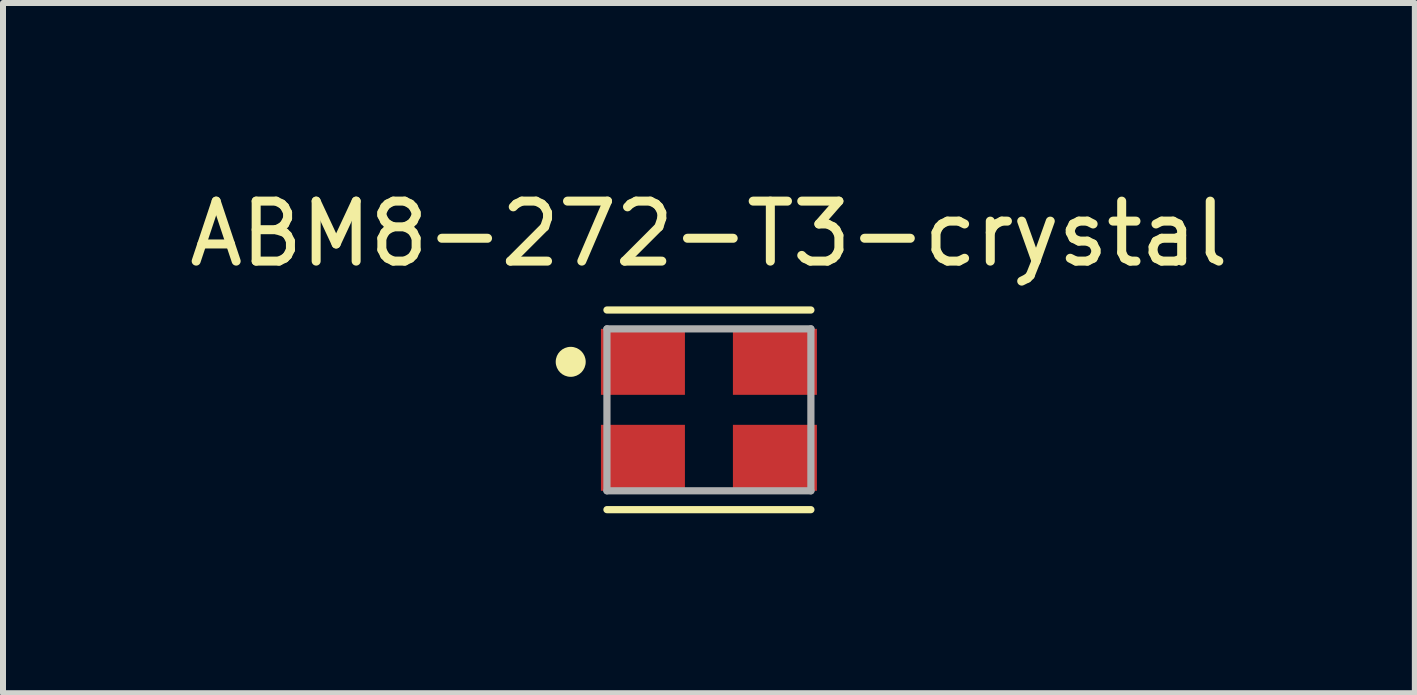
<source format=kicad_pcb>
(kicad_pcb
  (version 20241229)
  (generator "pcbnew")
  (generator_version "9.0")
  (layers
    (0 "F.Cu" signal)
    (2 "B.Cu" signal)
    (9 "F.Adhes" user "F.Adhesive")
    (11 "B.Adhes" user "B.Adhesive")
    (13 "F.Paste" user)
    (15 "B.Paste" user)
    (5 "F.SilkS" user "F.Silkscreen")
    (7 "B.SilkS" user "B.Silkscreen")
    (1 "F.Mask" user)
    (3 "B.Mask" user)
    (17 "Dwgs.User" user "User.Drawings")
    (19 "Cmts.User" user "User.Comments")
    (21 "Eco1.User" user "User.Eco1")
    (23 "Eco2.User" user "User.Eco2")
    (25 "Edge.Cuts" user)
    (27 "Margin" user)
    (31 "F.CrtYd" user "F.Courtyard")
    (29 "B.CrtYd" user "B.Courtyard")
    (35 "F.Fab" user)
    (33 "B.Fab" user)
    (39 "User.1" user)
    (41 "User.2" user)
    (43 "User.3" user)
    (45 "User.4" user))
  (footprint "ABM8-272-T3-crystal"
    (layer "F.Cu")
    (at 8.768 3.782)
    (property "Reference" "ABM8-272-T3-crystal" (at 0 -2.934 0) (layer "F.SilkS") (effects (font (size 1 1) (thickness 0.15))))
    (attr smd)
    (fp_line (start -1.7 -1.664) (end 1.7 -1.664) (stroke (width 0.12) (type solid)) (layer "F.SilkS"))
    (fp_line (start 1.7 1.664) (end -1.7 1.664) (stroke (width 0.12) (type solid)) (layer "F.SilkS"))
    (fp_circle (center -2.304 -0.8) (end -2.054 -0.8) (stroke (width 0) (type solid)) (fill yes) (layer "F.SilkS"))
    (fp_line (start -1.7 -1.35) (end 1.7 -1.35) (stroke (width 0.12) (type solid)) (layer "F.Fab"))
    (fp_line (start -1.7 1.35) (end -1.7 -1.35) (stroke (width 0.12) (type solid)) (layer "F.Fab"))
    (fp_line (start 1.7 -1.35) (end 1.7 1.35) (stroke (width 0.12) (type solid)) (layer "F.Fab"))
    (fp_line (start 1.7 1.35) (end -1.7 1.35) (stroke (width 0.12) (type solid)) (layer "F.Fab"))
    (pad "1" smd rect (at -1.1 -0.8) (size 1.4 1.1) (layers "F.Cu" "F.Mask" "F.Paste"))
    (pad "2" smd rect (at -1.1 0.8) (size 1.4 1.1) (layers "F.Cu" "F.Mask" "F.Paste"))
    (pad "3" smd rect (at 1.1 0.8) (size 1.4 1.1) (layers "F.Cu" "F.Mask" "F.Paste"))
    (pad "4" smd rect (at 1.1 -0.8) (size 1.4 1.1) (layers "F.Cu" "F.Mask" "F.Paste")))
  (gr_rect
    (start -3 -3)
    (end 20.536 8.506)
    (stroke (width 0.1) (type default))
    (fill no)
    (layer "Edge.Cuts")))
</source>
